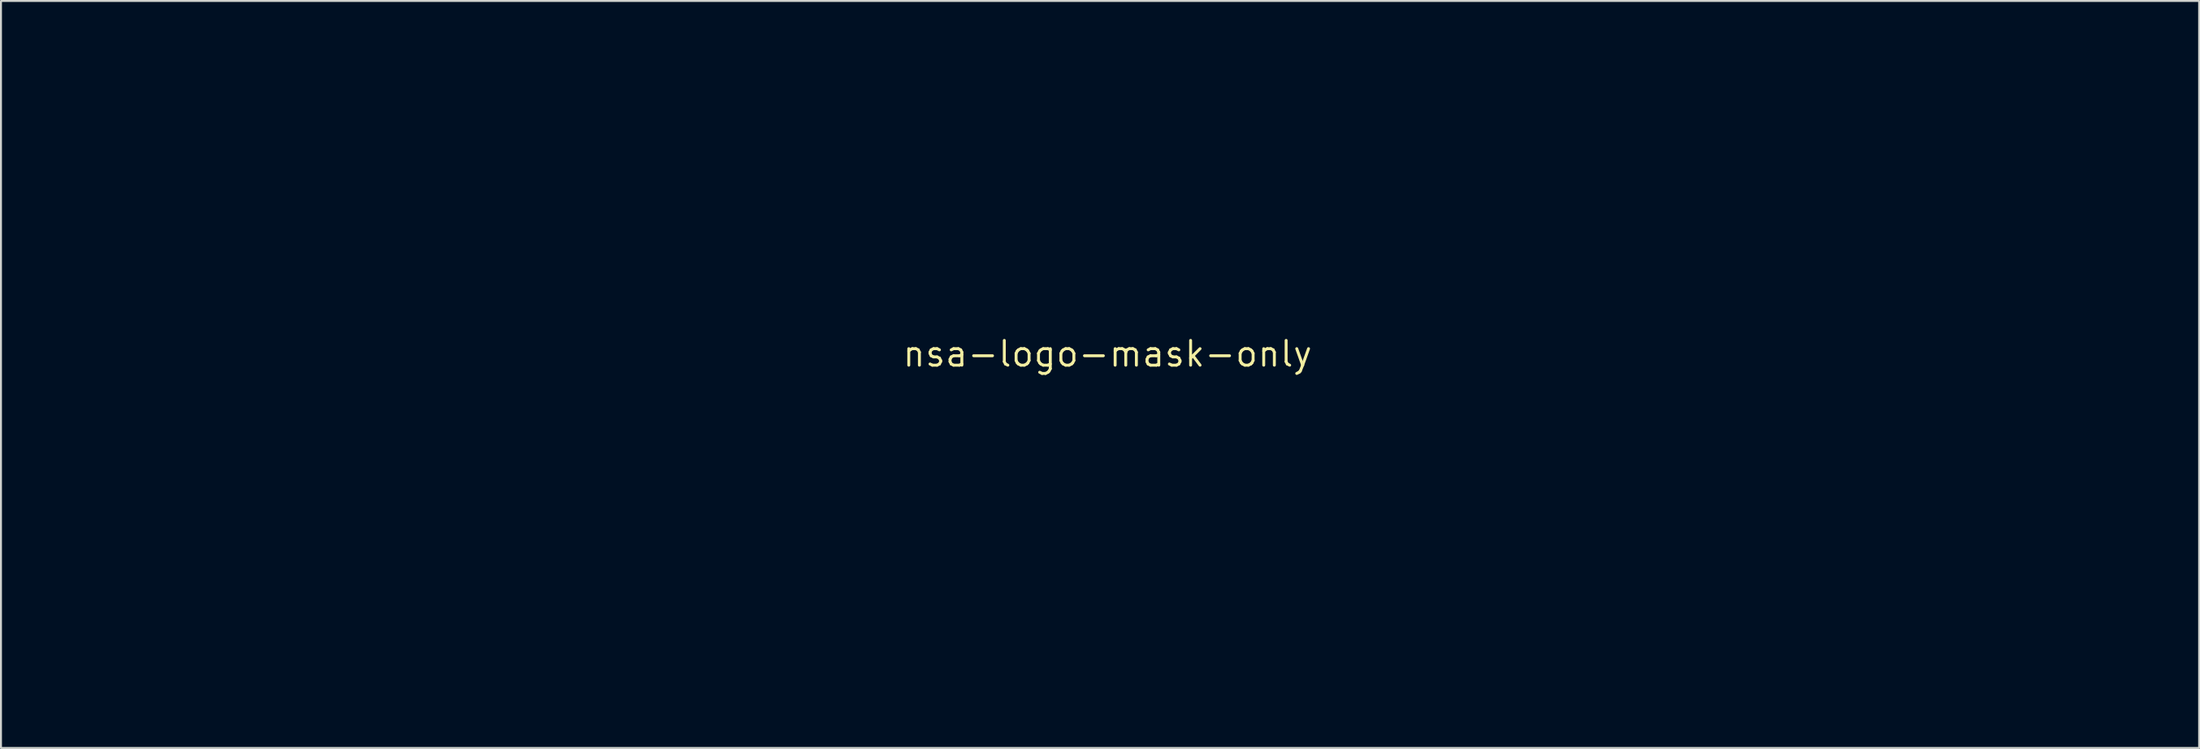
<source format=kicad_pcb>
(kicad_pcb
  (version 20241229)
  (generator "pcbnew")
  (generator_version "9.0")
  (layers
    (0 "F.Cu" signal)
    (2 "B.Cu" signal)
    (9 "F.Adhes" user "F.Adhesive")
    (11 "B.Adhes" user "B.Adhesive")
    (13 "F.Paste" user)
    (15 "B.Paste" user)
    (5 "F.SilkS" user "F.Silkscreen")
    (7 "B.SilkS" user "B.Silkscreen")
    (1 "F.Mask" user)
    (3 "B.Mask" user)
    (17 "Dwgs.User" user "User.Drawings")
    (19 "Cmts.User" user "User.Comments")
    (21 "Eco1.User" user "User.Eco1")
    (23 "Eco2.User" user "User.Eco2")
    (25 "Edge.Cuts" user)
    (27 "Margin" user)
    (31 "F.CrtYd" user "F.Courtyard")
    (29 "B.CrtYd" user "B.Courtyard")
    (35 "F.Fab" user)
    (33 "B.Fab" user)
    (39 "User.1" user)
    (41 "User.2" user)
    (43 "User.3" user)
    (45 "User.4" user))
  (footprint "nsa-logo-mask-only"
    (layer "F.Cu")
    (at 53.747 15.099)
    (property "Reference" "nsa-logo-mask-only" (at 0 0 0) (layer "F.SilkS") (effects (font (size 1.27 1.27) (thickness 0.15))))
    (attr through_hole)
    (fp_poly (pts (xy -1.521 2.818) (xy -1.476 2.831) (xy -1.442 2.863) (xy -1.406 2.922) (xy -1.389 2.953) (xy -1.347 3.068) (xy -1.332 3.192) (xy -1.347 3.309) (xy -1.356 3.338) (xy -1.406 3.423) (xy -1.488 3.506) (xy -1.591 3.582) (xy -1.706 3.645) (xy -1.824 3.691) (xy -1.937 3.715) (xy -2.034 3.712) (xy -2.054 3.706) (xy -2.131 3.675) (xy -2.185 3.634) (xy -2.232 3.57) (xy -2.254 3.531) (xy -2.288 3.455) (xy -2.309 3.378) (xy -2.321 3.282) (xy -2.323 3.244) (xy -2.326 3.133) (xy -2.319 3.063) (xy -2.309 3.039) (xy -2.265 3.006) (xy -2.188 2.969) (xy -2.088 2.93) (xy -1.974 2.893) (xy -1.856 2.86) (xy -1.742 2.835) (xy -1.642 2.819) (xy -1.587 2.816) (xy -1.521 2.818)) (stroke (width 0.01) (type solid)) (fill yes) (layer "F.Mask"))
    (fp_poly (pts (xy 1.822 -0.703) (xy 1.889 -0.686) (xy 1.972 -0.665) (xy 2.05 -0.648) (xy 2.095 -0.64) (xy 2.173 -0.611) (xy 2.238 -0.555) (xy 2.278 -0.483) (xy 2.286 -0.435) (xy 2.278 -0.371) (xy 2.255 -0.286) (xy 2.222 -0.187) (xy 2.18 -0.081) (xy 2.135 0.023) (xy 2.089 0.119) (xy 2.045 0.197) (xy 2.006 0.252) (xy 1.977 0.275) (xy 1.975 0.275) (xy 1.934 0.292) (xy 1.91 0.318) (xy 1.867 0.35) (xy 1.804 0.359) (xy 1.735 0.345) (xy 1.691 0.321) (xy 1.635 0.287) (xy 1.587 0.269) (xy 1.541 0.247) (xy 1.482 0.206) (xy 1.453 0.181) (xy 1.406 0.135) (xy 1.383 0.098) (xy 1.378 0.051) (xy 1.382 -0.005) (xy 1.396 -0.1) (xy 1.424 -0.214) (xy 1.46 -0.336) (xy 1.5 -0.453) (xy 1.542 -0.552) (xy 1.581 -0.621) (xy 1.627 -0.677) (xy 1.676 -0.707) (xy 1.737 -0.716) (xy 1.822 -0.703)) (stroke (width 0.01) (type solid)) (fill yes) (layer "F.Mask"))
    (fp_poly (pts (xy -1.853 0.788) (xy -1.707 0.818) (xy -1.549 0.869) (xy -1.456 0.908) (xy -1.354 0.967) (xy -1.267 1.04) (xy -1.202 1.119) (xy -1.168 1.197) (xy -1.164 1.228) (xy -1.173 1.283) (xy -1.196 1.354) (xy -1.228 1.426) (xy -1.261 1.488) (xy -1.292 1.526) (xy -1.3 1.531) (xy -1.329 1.558) (xy -1.333 1.575) (xy -1.349 1.608) (xy -1.386 1.647) (xy -1.389 1.649) (xy -1.436 1.678) (xy -1.487 1.692) (xy -1.55 1.689) (xy -1.629 1.669) (xy -1.73 1.63) (xy -1.859 1.571) (xy -1.937 1.533) (xy -2.081 1.46) (xy -2.189 1.399) (xy -2.265 1.348) (xy -2.31 1.304) (xy -2.328 1.262) (xy -2.323 1.219) (xy -2.297 1.173) (xy -2.286 1.158) (xy -2.256 1.112) (xy -2.244 1.077) (xy -2.244 1.076) (xy -2.232 1.028) (xy -2.202 0.964) (xy -2.162 0.896) (xy -2.12 0.839) (xy -2.084 0.805) (xy -2.079 0.802) (xy -1.979 0.783) (xy -1.853 0.788)) (stroke (width 0.01) (type solid)) (fill yes) (layer "F.Mask"))
    (fp_poly (pts (xy 1.755 4.323) (xy 1.798 4.342) (xy 1.846 4.384) (xy 1.875 4.414) (xy 1.936 4.49) (xy 1.995 4.579) (xy 2.024 4.631) (xy 2.051 4.691) (xy 2.069 4.748) (xy 2.081 4.812) (xy 2.088 4.897) (xy 2.091 4.986) (xy 2.099 5.221) (xy 1.937 5.303) (xy 1.83 5.349) (xy 1.724 5.381) (xy 1.626 5.397) (xy 1.546 5.397) (xy 1.493 5.379) (xy 1.487 5.374) (xy 1.464 5.336) (xy 1.46 5.319) (xy 1.453 5.291) (xy 1.431 5.231) (xy 1.399 5.147) (xy 1.358 5.046) (xy 1.332 4.982) (xy 1.283 4.866) (xy 1.25 4.782) (xy 1.229 4.721) (xy 1.222 4.676) (xy 1.226 4.638) (xy 1.241 4.6) (xy 1.265 4.553) (xy 1.28 4.526) (xy 1.314 4.494) (xy 1.339 4.487) (xy 1.37 4.47) (xy 1.376 4.45) (xy 1.395 4.421) (xy 1.445 4.39) (xy 1.514 4.359) (xy 1.593 4.335) (xy 1.669 4.32) (xy 1.703 4.318) (xy 1.755 4.323)) (stroke (width 0.01) (type solid)) (fill yes) (layer "F.Mask"))
    (fp_poly (pts (xy 3.46 0.892) (xy 3.495 0.905) (xy 3.509 0.911) (xy 3.587 0.957) (xy 3.648 1.018) (xy 3.699 1.105) (xy 3.735 1.192) (xy 3.774 1.323) (xy 3.787 1.437) (xy 3.772 1.527) (xy 3.771 1.529) (xy 3.746 1.553) (xy 3.69 1.589) (xy 3.611 1.634) (xy 3.517 1.683) (xy 3.415 1.733) (xy 3.313 1.779) (xy 3.221 1.819) (xy 3.144 1.848) (xy 3.092 1.862) (xy 3.083 1.863) (xy 3.017 1.851) (xy 2.953 1.823) (xy 2.856 1.745) (xy 2.799 1.653) (xy 2.785 1.603) (xy 2.767 1.547) (xy 2.742 1.524) (xy 2.74 1.524) (xy 2.718 1.506) (xy 2.708 1.461) (xy 2.708 1.401) (xy 2.72 1.341) (xy 2.741 1.293) (xy 2.752 1.281) (xy 2.783 1.243) (xy 2.794 1.217) (xy 2.809 1.192) (xy 2.85 1.15) (xy 2.907 1.101) (xy 2.911 1.099) (xy 2.999 1.037) (xy 3.101 0.987) (xy 3.229 0.94) (xy 3.321 0.911) (xy 3.384 0.894) (xy 3.426 0.888) (xy 3.46 0.892)) (stroke (width 0.01) (type solid)) (fill yes) (layer "F.Mask"))
    (fp_poly (pts (xy -0.216 4.269) (xy -0.201 4.276) (xy -0.139 4.302) (xy -0.084 4.317) (xy -0.072 4.318) (xy -0.039 4.329) (xy -0.009 4.367) (xy 0.019 4.424) (xy 0.049 4.494) (xy 0.067 4.551) (xy 0.074 4.603) (xy 0.067 4.658) (xy 0.045 4.725) (xy 0.007 4.81) (xy -0.048 4.924) (xy -0.062 4.954) (xy -0.127 5.082) (xy -0.183 5.183) (xy -0.227 5.251) (xy -0.258 5.285) (xy -0.26 5.286) (xy -0.313 5.304) (xy -0.382 5.312) (xy -0.456 5.312) (xy -0.519 5.304) (xy -0.558 5.287) (xy -0.565 5.279) (xy -0.591 5.25) (xy -0.641 5.217) (xy -0.665 5.205) (xy -0.765 5.155) (xy -0.832 5.109) (xy -0.874 5.06) (xy -0.898 5.003) (xy -0.899 4.998) (xy -0.897 4.947) (xy -0.872 4.919) (xy -0.846 4.885) (xy -0.814 4.817) (xy -0.778 4.724) (xy -0.764 4.68) (xy -0.722 4.559) (xy -0.683 4.469) (xy -0.639 4.401) (xy -0.586 4.344) (xy -0.523 4.295) (xy -0.425 4.245) (xy -0.324 4.236) (xy -0.216 4.269)) (stroke (width 0.01) (type solid)) (fill yes) (layer "F.Mask"))
    (fp_poly (pts (xy 8.35 4.856) (xy 8.468 4.881) (xy 8.554 4.904) (xy 8.641 4.923) (xy 8.678 4.929) (xy 8.749 4.947) (xy 8.789 4.978) (xy 8.796 4.99) (xy 8.83 5.045) (xy 8.855 5.077) (xy 8.868 5.095) (xy 8.877 5.122) (xy 8.883 5.164) (xy 8.886 5.227) (xy 8.887 5.316) (xy 8.886 5.439) (xy 8.885 5.526) (xy 8.879 5.936) (xy 8.752 6.015) (xy 8.625 6.093) (xy 8.382 6.092) (xy 8.181 6.084) (xy 8.019 6.06) (xy 7.99 6.053) (xy 7.905 6.033) (xy 7.826 6.019) (xy 7.772 6.013) (xy 7.693 6) (xy 7.616 5.961) (xy 7.532 5.892) (xy 7.497 5.858) (xy 7.444 5.799) (xy 7.414 5.746) (xy 7.395 5.681) (xy 7.387 5.628) (xy 7.379 5.508) (xy 7.384 5.385) (xy 7.403 5.272) (xy 7.433 5.184) (xy 7.441 5.168) (xy 7.51 5.092) (xy 7.61 5.042) (xy 7.673 5.026) (xy 7.745 5.006) (xy 7.826 4.976) (xy 7.853 4.963) (xy 8.029 4.89) (xy 8.193 4.855) (xy 8.35 4.856)) (stroke (width 0.01) (type solid)) (fill yes) (layer "F.Mask"))
    (fp_poly (pts (xy -0.169 -0.706) (xy -0.123 -0.677) (xy -0.112 -0.655) (xy -0.083 -0.62) (xy -0.054 -0.614) (xy -0.011 -0.6) (xy 0.037 -0.565) (xy 0.074 -0.524) (xy 0.085 -0.496) (xy 0.092 -0.469) (xy 0.113 -0.413) (xy 0.143 -0.335) (xy 0.169 -0.27) (xy 0.214 -0.157) (xy 0.24 -0.074) (xy 0.25 -0.014) (xy 0.244 0.033) (xy 0.224 0.074) (xy 0.212 0.09) (xy 0.182 0.133) (xy 0.169 0.162) (xy 0.169 0.162) (xy 0.166 0.174) (xy 0.15 0.188) (xy 0.117 0.208) (xy 0.058 0.238) (xy -0.032 0.282) (xy -0.034 0.283) (xy -0.159 0.329) (xy -0.286 0.354) (xy -0.287 0.354) (xy -0.416 0.365) (xy -0.483 0.274) (xy -0.521 0.218) (xy -0.545 0.173) (xy -0.55 0.157) (xy -0.558 0.128) (xy -0.578 0.069) (xy -0.607 -0.013) (xy -0.643 -0.109) (xy -0.647 -0.118) (xy -0.691 -0.239) (xy -0.719 -0.328) (xy -0.731 -0.39) (xy -0.729 -0.427) (xy -0.692 -0.502) (xy -0.614 -0.572) (xy -0.497 -0.637) (xy -0.344 -0.695) (xy -0.316 -0.704) (xy -0.237 -0.716) (xy -0.169 -0.706)) (stroke (width 0.01) (type solid)) (fill yes) (layer "F.Mask"))
    (fp_poly (pts (xy 3.075 2.935) (xy 3.129 2.97) (xy 3.16 2.987) (xy 3.222 3.015) (xy 3.304 3.05) (xy 3.384 3.082) (xy 3.482 3.12) (xy 3.549 3.149) (xy 3.592 3.175) (xy 3.62 3.202) (xy 3.642 3.236) (xy 3.651 3.255) (xy 3.687 3.313) (xy 3.722 3.342) (xy 3.731 3.344) (xy 3.76 3.362) (xy 3.766 3.416) (xy 3.751 3.504) (xy 3.724 3.594) (xy 3.663 3.719) (xy 3.579 3.811) (xy 3.472 3.867) (xy 3.456 3.872) (xy 3.391 3.889) (xy 3.348 3.891) (xy 3.311 3.878) (xy 3.27 3.852) (xy 3.207 3.823) (xy 3.142 3.81) (xy 3.141 3.81) (xy 3.078 3.797) (xy 3.017 3.764) (xy 3.014 3.762) (xy 2.927 3.709) (xy 2.816 3.663) (xy 2.762 3.647) (xy 2.718 3.619) (xy 2.674 3.563) (xy 2.639 3.496) (xy 2.625 3.433) (xy 2.625 3.429) (xy 2.641 3.369) (xy 2.688 3.291) (xy 2.709 3.262) (xy 2.753 3.201) (xy 2.784 3.149) (xy 2.794 3.121) (xy 2.809 3.055) (xy 2.847 2.987) (xy 2.896 2.936) (xy 2.919 2.922) (xy 2.994 2.912) (xy 3.075 2.935)) (stroke (width 0.01) (type solid)) (fill yes) (layer "F.Mask"))
    (fp_poly (pts (xy 0.89 0.452) (xy 0.979 0.464) (xy 1.265 0.54) (xy 1.54 0.656) (xy 1.549 0.66) (xy 1.695 0.741) (xy 1.819 0.823) (xy 1.937 0.917) (xy 2.063 1.035) (xy 2.071 1.042) (xy 2.261 1.257) (xy 2.411 1.486) (xy 2.522 1.727) (xy 2.593 1.979) (xy 2.623 2.24) (xy 2.612 2.509) (xy 2.584 2.678) (xy 2.507 2.947) (xy 2.395 3.197) (xy 2.25 3.424) (xy 2.075 3.626) (xy 1.873 3.799) (xy 1.647 3.942) (xy 1.399 4.051) (xy 1.163 4.117) (xy 1.059 4.132) (xy 0.927 4.142) (xy 0.777 4.146) (xy 0.623 4.146) (xy 0.476 4.139) (xy 0.35 4.128) (xy 0.275 4.116) (xy 0.007 4.039) (xy -0.237 3.928) (xy -0.455 3.786) (xy -0.645 3.612) (xy -0.806 3.409) (xy -0.922 3.207) (xy -1.002 3.019) (xy -1.055 2.836) (xy -1.086 2.638) (xy -1.092 2.572) (xy -1.096 2.449) (xy -1.091 2.303) (xy -1.08 2.147) (xy -1.064 1.996) (xy -1.043 1.864) (xy -1.027 1.79) (xy -0.935 1.524) (xy -0.81 1.28) (xy -0.652 1.061) (xy -0.465 0.87) (xy -0.251 0.709) (xy -0.012 0.581) (xy 0.18 0.508) (xy 0.295 0.481) (xy 0.437 0.461) (xy 0.593 0.449) (xy 0.749 0.446) (xy 0.89 0.452)) (stroke (width 0.01) (type solid)) (fill yes) (layer "F.Mask"))
    (fp_poly (pts (xy -5.856 -6.538) (xy -5.683 -6.535) (xy -5.537 -6.527) (xy -5.416 -6.515) (xy -5.315 -6.496) (xy -5.228 -6.47) (xy -5.152 -6.435) (xy -5.081 -6.391) (xy -5.011 -6.336) (xy -4.938 -6.269) (xy -4.859 -6.19) (xy -4.746 -6.072) (xy -4.663 -5.97) (xy -4.603 -5.875) (xy -4.562 -5.778) (xy -4.533 -5.67) (xy -4.53 -5.652) (xy -4.525 -5.607) (xy -4.521 -5.522) (xy -4.518 -5.401) (xy -4.515 -5.246) (xy -4.512 -5.061) (xy -4.51 -4.848) (xy -4.509 -4.61) (xy -4.509 -4.35) (xy -4.508 -4.296) (xy -4.508 -3.052) (xy -4.661 -2.9) (xy -5.902 -2.902) (xy -6.186 -2.902) (xy -6.429 -2.903) (xy -6.636 -2.905) (xy -6.809 -2.907) (xy -6.951 -2.91) (xy -7.064 -2.914) (xy -7.152 -2.918) (xy -7.217 -2.923) (xy -7.262 -2.929) (xy -7.271 -2.931) (xy -7.46 -2.992) (xy -7.638 -3.088) (xy -7.796 -3.213) (xy -7.927 -3.361) (xy -8.012 -3.501) (xy -8.047 -3.575) (xy -8.076 -3.646) (xy -8.099 -3.719) (xy -8.117 -3.797) (xy -8.13 -3.888) (xy -8.139 -3.995) (xy -8.144 -4.125) (xy -8.147 -4.281) (xy -8.147 -4.469) (xy -8.145 -4.689) (xy -8.139 -5.409) (xy -8.069 -5.551) (xy -7.978 -5.694) (xy -7.865 -5.803) (xy -7.732 -5.875) (xy -7.728 -5.877) (xy -7.629 -5.923) (xy -7.564 -5.977) (xy -7.536 -6.034) (xy -7.535 -6.044) (xy -7.523 -6.088) (xy -7.489 -6.153) (xy -7.442 -6.23) (xy -7.388 -6.306) (xy -7.333 -6.372) (xy -7.309 -6.397) (xy -7.273 -6.429) (xy -7.237 -6.456) (xy -7.197 -6.478) (xy -7.148 -6.494) (xy -7.085 -6.507) (xy -7.005 -6.517) (xy -6.902 -6.524) (xy -6.772 -6.529) (xy -6.611 -6.532) (xy -6.414 -6.535) (xy -6.308 -6.536) (xy -6.063 -6.538) (xy -5.856 -6.538)) (stroke (width 0.01) (type solid)) (fill yes) (layer "F.Mask"))
    (fp_poly (pts (xy 0.746 -6.537) (xy 0.777 -6.537) (xy 1.513 -6.53) (xy 1.656 -6.449) (xy 1.773 -6.373) (xy 1.853 -6.299) (xy 1.9 -6.221) (xy 1.915 -6.164) (xy 1.931 -6.076) (xy 1.952 -6.017) (xy 1.987 -5.976) (xy 2.044 -5.939) (xy 2.096 -5.914) (xy 2.27 -5.808) (xy 2.415 -5.672) (xy 2.53 -5.509) (xy 2.546 -5.479) (xy 2.625 -5.323) (xy 2.625 -4.601) (xy 2.625 -4.404) (xy 2.624 -4.246) (xy 2.623 -4.119) (xy 2.62 -4.019) (xy 2.617 -3.941) (xy 2.612 -3.88) (xy 2.605 -3.831) (xy 2.596 -3.788) (xy 2.584 -3.747) (xy 2.58 -3.733) (xy 2.499 -3.537) (xy 2.383 -3.359) (xy 2.238 -3.203) (xy 2.069 -3.075) (xy 1.882 -2.98) (xy 1.731 -2.932) (xy 1.695 -2.925) (xy 1.649 -2.919) (xy 1.589 -2.914) (xy 1.512 -2.91) (xy 1.414 -2.907) (xy 1.292 -2.905) (xy 1.143 -2.903) (xy 0.963 -2.902) (xy 0.749 -2.902) (xy 0.498 -2.901) (xy 0.37 -2.901) (xy 0.119 -2.902) (xy -0.112 -2.903) (xy -0.319 -2.905) (xy -0.499 -2.907) (xy -0.65 -2.91) (xy -0.768 -2.913) (xy -0.85 -2.917) (xy -0.894 -2.921) (xy -0.9 -2.923) (xy -0.986 -2.968) (xy -1.041 -3.011) (xy -1.071 -3.058) (xy -1.083 -3.103) (xy -1.087 -3.146) (xy -1.09 -3.226) (xy -1.093 -3.339) (xy -1.095 -3.479) (xy -1.097 -3.642) (xy -1.098 -3.823) (xy -1.099 -4.016) (xy -1.099 -4.217) (xy -1.099 -4.42) (xy -1.098 -4.622) (xy -1.097 -4.816) (xy -1.095 -4.998) (xy -1.093 -5.163) (xy -1.09 -5.307) (xy -1.087 -5.423) (xy -1.084 -5.507) (xy -1.08 -5.555) (xy -1.08 -5.556) (xy -1.035 -5.718) (xy -0.955 -5.884) (xy -0.847 -6.044) (xy -0.716 -6.191) (xy -0.57 -6.318) (xy -0.413 -6.416) (xy -0.409 -6.418) (xy -0.343 -6.449) (xy -0.279 -6.475) (xy -0.212 -6.495) (xy -0.138 -6.511) (xy -0.05 -6.523) (xy 0.055 -6.531) (xy 0.182 -6.536) (xy 0.336 -6.539) (xy 0.523 -6.539) (xy 0.746 -6.537)) (stroke (width 0.01) (type solid)) (fill yes) (layer "F.Mask"))
    (fp_poly (pts (xy -6.208 0.533) (xy -5.935 0.534) (xy -5.876 0.534) (xy -5.611 0.535) (xy -5.385 0.536) (xy -5.195 0.538) (xy -5.038 0.539) (xy -4.91 0.541) (xy -4.808 0.543) (xy -4.729 0.546) (xy -4.67 0.55) (xy -4.626 0.554) (xy -4.596 0.559) (xy -4.576 0.566) (xy -4.562 0.573) (xy -4.553 0.58) (xy -4.544 0.589) (xy -4.536 0.6) (xy -4.529 0.617) (xy -4.524 0.642) (xy -4.519 0.679) (xy -4.516 0.732) (xy -4.513 0.803) (xy -4.511 0.896) (xy -4.51 1.014) (xy -4.509 1.16) (xy -4.509 1.338) (xy -4.509 1.551) (xy -4.509 1.802) (xy -4.509 1.871) (xy -4.509 2.151) (xy -4.51 2.392) (xy -4.511 2.597) (xy -4.513 2.772) (xy -4.516 2.918) (xy -4.521 3.039) (xy -4.527 3.14) (xy -4.536 3.223) (xy -4.546 3.292) (xy -4.559 3.352) (xy -4.575 3.404) (xy -4.594 3.454) (xy -4.616 3.504) (xy -4.633 3.54) (xy -4.743 3.723) (xy -4.882 3.88) (xy -5.045 4.006) (xy -5.191 4.082) (xy -5.323 4.138) (xy -6.212 4.143) (xy -6.431 4.145) (xy -6.611 4.145) (xy -6.757 4.145) (xy -6.873 4.144) (xy -6.964 4.143) (xy -7.033 4.14) (xy -7.085 4.135) (xy -7.123 4.13) (xy -7.153 4.122) (xy -7.177 4.114) (xy -7.19 4.108) (xy -7.262 4.06) (xy -7.342 3.981) (xy -7.423 3.882) (xy -7.496 3.77) (xy -7.526 3.715) (xy -7.569 3.634) (xy -7.605 3.58) (xy -7.646 3.543) (xy -7.7 3.511) (xy -7.748 3.489) (xy -7.89 3.408) (xy -7.998 3.306) (xy -8.08 3.179) (xy -8.08 3.179) (xy -8.139 3.059) (xy -8.145 2.248) (xy -8.146 2.033) (xy -8.147 1.856) (xy -8.146 1.712) (xy -8.145 1.598) (xy -8.142 1.507) (xy -8.137 1.436) (xy -8.132 1.38) (xy -8.124 1.335) (xy -8.118 1.306) (xy -8.05 1.126) (xy -7.945 0.963) (xy -7.805 0.819) (xy -7.631 0.698) (xy -7.583 0.671) (xy -7.529 0.643) (xy -7.479 0.619) (xy -7.43 0.598) (xy -7.379 0.581) (xy -7.321 0.567) (xy -7.253 0.556) (xy -7.172 0.547) (xy -7.074 0.541) (xy -6.956 0.536) (xy -6.814 0.534) (xy -6.644 0.532) (xy -6.443 0.532) (xy -6.208 0.533)) (stroke (width 0.01) (type solid)) (fill yes) (layer "F.Mask"))
    (fp_poly (pts (xy 3.554 -8.681) (xy 3.674 -8.645) (xy 3.81 -8.594) (xy 3.94 -8.537) (xy 3.966 -8.524) (xy 4.064 -8.473) (xy 4.143 -8.425) (xy 4.215 -8.371) (xy 4.292 -8.303) (xy 4.383 -8.214) (xy 4.537 -8.044) (xy 4.656 -7.873) (xy 4.746 -7.693) (xy 4.794 -7.556) (xy 4.824 -7.467) (xy 4.86 -7.372) (xy 4.876 -7.334) (xy 4.921 -7.228) (xy 4.921 5.175) (xy 4.873 5.34) (xy 4.78 5.59) (xy 4.653 5.82) (xy 4.496 6.029) (xy 4.312 6.212) (xy 4.105 6.366) (xy 3.879 6.487) (xy 3.637 6.572) (xy 3.552 6.592) (xy 3.532 6.595) (xy 3.508 6.598) (xy 3.476 6.601) (xy 3.435 6.604) (xy 3.384 6.606) (xy 3.322 6.608) (xy 3.247 6.61) (xy 3.158 6.612) (xy 3.052 6.614) (xy 2.93 6.616) (xy 2.788 6.617) (xy 2.627 6.618) (xy 2.444 6.619) (xy 2.237 6.62) (xy 2.006 6.621) (xy 1.75 6.622) (xy 1.465 6.622) (xy 1.152 6.623) (xy 0.809 6.623) (xy 0.433 6.623) (xy 0.025 6.623) (xy -0.419 6.623) (xy -0.898 6.623) (xy -1.415 6.623) (xy -1.971 6.623) (xy -2.568 6.623) (xy -2.735 6.623) (xy -3.242 6.623) (xy -3.739 6.622) (xy -4.224 6.622) (xy -4.695 6.621) (xy -5.15 6.62) (xy -5.588 6.62) (xy -6.007 6.619) (xy -6.406 6.618) (xy -6.781 6.617) (xy -7.133 6.616) (xy -7.459 6.614) (xy -7.758 6.613) (xy -8.027 6.612) (xy -8.266 6.611) (xy -8.472 6.609) (xy -8.643 6.608) (xy -8.779 6.606) (xy -8.877 6.605) (xy -8.935 6.603) (xy -8.952 6.602) (xy -9.202 6.532) (xy -9.437 6.424) (xy -9.653 6.282) (xy -9.847 6.108) (xy -10.016 5.905) (xy -10.157 5.676) (xy -10.267 5.424) (xy -10.29 5.354) (xy -10.34 5.196) (xy -10.34 1.753) (xy -9.543 1.753) (xy -9.542 2.003) (xy -9.54 2.28) (xy -9.54 2.325) (xy -9.538 2.585) (xy -9.535 2.806) (xy -9.532 2.993) (xy -9.529 3.15) (xy -9.524 3.28) (xy -9.518 3.388) (xy -9.511 3.478) (xy -9.501 3.553) (xy -9.489 3.618) (xy -9.474 3.676) (xy -9.456 3.732) (xy -9.435 3.79) (xy -9.419 3.833) (xy -9.351 3.954) (xy -9.249 4.073) (xy -9.117 4.183) (xy -8.963 4.279) (xy -8.795 4.355) (xy -8.74 4.375) (xy -8.652 4.406) (xy -8.573 4.438) (xy -8.517 4.466) (xy -8.506 4.473) (xy -8.439 4.545) (xy -8.39 4.646) (xy -8.372 4.722) (xy -8.357 4.775) (xy -8.329 4.853) (xy -8.291 4.94) (xy -8.276 4.973) (xy -8.163 5.16) (xy -8.02 5.317) (xy -7.848 5.444) (xy -7.647 5.541) (xy -7.487 5.59) (xy -7.451 5.599) (xy -7.412 5.605) (xy -7.367 5.611) (xy -7.312 5.616) (xy -7.242 5.619) (xy -7.155 5.622) (xy -7.047 5.624) (xy -6.914 5.625) (xy -6.751 5.625) (xy -6.557 5.625) (xy -6.326 5.624) (xy -6.16 5.623) (xy -4.985 5.618) (xy -4.782 5.563) (xy -4.496 5.47) (xy -4.241 5.355) (xy -4.008 5.214) (xy -3.79 5.041) (xy -3.723 4.98) (xy -3.534 4.777) (xy -3.376 4.56) (xy -3.247 4.322) (xy -3.142 4.057) (xy -3.094 3.896) (xy -3.038 3.694) (xy -3.032 1.463) (xy -3.025 -0.768) (xy -3.072 -0.818) (xy -3.119 -0.868) (xy -2.477 -0.868) (xy -2.476 1.36) (xy -2.476 1.733) (xy -2.476 2.065) (xy -2.476 2.361) (xy -2.475 2.623) (xy -2.474 2.852) (xy -2.472 3.052) (xy -2.47 3.225) (xy -2.466 3.375) (xy -2.462 3.503) (xy -2.457 3.612) (xy -2.451 3.705) (xy -2.444 3.784) (xy -2.435 3.852) (xy -2.425 3.912) (xy -2.413 3.966) (xy -2.399 4.017) (xy -2.384 4.067) (xy -2.367 4.119) (xy -2.359 4.143) (xy -2.27 4.371) (xy -2.162 4.573) (xy -2.029 4.759) (xy -1.863 4.94) (xy -1.822 4.98) (xy -1.612 5.163) (xy -1.404 5.31) (xy -1.191 5.426) (xy -0.966 5.514) (xy -0.921 5.528) (xy -0.85 5.549) (xy -0.783 5.566) (xy -0.717 5.581) (xy -0.648 5.593) (xy -0.571 5.603) (xy -0.483 5.611) (xy -0.379 5.617) (xy -0.254 5.621) (xy -0.106 5.624) (xy 0.07 5.626) (xy 0.279 5.627) (xy 0.524 5.628) (xy 0.646 5.628) (xy 0.902 5.629) (xy 1.118 5.628) (xy 1.3 5.628) (xy 1.45 5.626) (xy 1.572 5.624) (xy 1.669 5.621) (xy 1.746 5.618) (xy 1.806 5.613) (xy 1.852 5.607) (xy 1.888 5.6) (xy 1.895 5.598) (xy 2.102 5.526) (xy 2.283 5.422) (xy 2.434 5.294) (xy 2.555 5.149) (xy 2.663 4.979) (xy 2.748 4.798) (xy 2.781 4.701) (xy 2.818 4.596) (xy 2.857 4.525) (xy 2.895 4.49) (xy 2.908 4.487) (xy 2.945 4.472) (xy 2.962 4.457) (xy 2.994 4.435) (xy 3.054 4.408) (xy 3.129 4.38) (xy 3.129 4.38) (xy 3.341 4.293) (xy 3.53 4.178) (xy 3.694 4.038) (xy 3.829 3.878) (xy 3.929 3.702) (xy 3.993 3.514) (xy 4 3.482) (xy 4.006 3.434) (xy 4.01 3.356) (xy 4.014 3.245) (xy 4.017 3.099) (xy 4.018 2.919) (xy 4.019 2.701) (xy 4.019 2.444) (xy 4.018 2.146) (xy 4.017 2.106) (xy 4.01 0.857) (xy 3.955 0.709) (xy 3.827 0.408) (xy 3.679 0.143) (xy 3.507 -0.089) (xy 3.311 -0.288) (xy 3.089 -0.457) (xy 2.839 -0.596) (xy 2.559 -0.707) (xy 2.247 -0.791) (xy 2 -0.836) (xy 1.959 -0.841) (xy 1.91 -0.846) (xy 1.849 -0.85) (xy 1.775 -0.854) (xy 1.684 -0.857) (xy 1.575 -0.859) (xy 1.445 -0.862) (xy 1.29 -0.863) (xy 1.109 -0.865) (xy 0.899 -0.866) (xy 0.658 -0.867) (xy 0.382 -0.867) (xy 0.07 -0.868) (xy -0.282 -0.868) (xy -0.344 -0.868) (xy -2.477 -0.868) (xy -3.119 -0.868) (xy -5.139 -0.868) (xy -5.491 -0.868) (xy -5.803 -0.868) (xy -6.078 -0.867) (xy -6.321 -0.867) (xy -6.533 -0.865) (xy -6.718 -0.863) (xy -6.879 -0.86) (xy -7.018 -0.856) (xy -7.139 -0.851) (xy -7.246 -0.845) (xy -7.34 -0.837) (xy -7.425 -0.827) (xy -7.503 -0.815) (xy -7.579 -0.802) (xy -7.655 -0.786) (xy -7.733 -0.768) (xy -7.818 -0.747) (xy -7.911 -0.724) (xy -7.925 -0.721) (xy -8.18 -0.649) (xy -8.401 -0.567) (xy -8.595 -0.471) (xy -8.769 -0.358) (xy -8.93 -0.222) (xy -9.009 -0.145) (xy -9.188 0.067) (xy -9.329 0.293) (xy -9.432 0.537) (xy -9.501 0.802) (xy -9.527 0.989) (xy -9.533 1.068) (xy -9.537 1.186) (xy -9.54 1.342) (xy -9.542 1.531) (xy -9.543 1.753) (xy -10.34 1.753) (xy -10.34 -4.54) (xy -9.536 -4.54) (xy -9.536 -4.262) (xy -9.535 -4.022) (xy -9.534 -3.818) (xy -9.532 -3.645) (xy -9.53 -3.5) (xy -9.525 -3.38) (xy -9.519 -3.281) (xy -9.511 -3.199) (xy -9.501 -3.13) (xy -9.488 -3.072) (xy -9.473 -3.02) (xy -9.454 -2.972) (xy -9.433 -2.922) (xy -9.407 -2.869) (xy -9.407 -2.868) (xy -9.334 -2.734) (xy -9.239 -2.584) (xy -9.131 -2.43) (xy -9.019 -2.285) (xy -8.912 -2.16) (xy -8.881 -2.129) (xy -8.666 -1.941) (xy -8.425 -1.785) (xy -8.16 -1.663) (xy -7.876 -1.575) (xy -7.599 -1.527) (xy -7.552 -1.524) (xy -7.468 -1.521) (xy -7.35 -1.518) (xy -7.202 -1.516) (xy -7.027 -1.514) (xy -6.828 -1.512) (xy -6.609 -1.51) (xy -6.374 -1.509) (xy -6.125 -1.508) (xy -5.865 -1.507) (xy -5.6 -1.506) (xy -5.33 -1.506) (xy -5.061 -1.506) (xy -4.796 -1.506) (xy -4.537 -1.506) (xy -4.289 -1.507) (xy -4.054 -1.508) (xy -3.836 -1.509) (xy -3.639 -1.511) (xy -3.465 -1.512) (xy -3.319 -1.514) (xy -3.203 -1.517) (xy -3.121 -1.519) (xy -3.076 -1.522) (xy -3.069 -1.524) (xy -3.064 -1.531) (xy -3.06 -1.546) (xy -3.056 -1.573) (xy -3.052 -1.613) (xy -3.049 -1.668) (xy -3.047 -1.741) (xy -3.044 -1.835) (xy -3.043 -1.951) (xy -3.041 -2.091) (xy -3.04 -2.259) (xy -3.039 -2.455) (xy -3.038 -2.684) (xy -3.038 -2.946) (xy -3.038 -3.244) (xy -3.037 -3.581) (xy -3.037 -3.846) (xy -3.037 -4.034) (xy -2.477 -4.034) (xy -2.477 -1.503) (xy -0.412 -1.503) (xy -0.039 -1.503) (xy 0.305 -1.504) (xy 0.619 -1.505) (xy 0.902 -1.507) (xy 1.153 -1.509) (xy 1.368 -1.511) (xy 1.548 -1.514) (xy 1.69 -1.517) (xy 1.793 -1.521) (xy 1.855 -1.525) (xy 1.858 -1.525) (xy 2.041 -1.549) (xy 2.225 -1.579) (xy 2.403 -1.616) (xy 2.567 -1.656) (xy 2.708 -1.697) (xy 2.818 -1.738) (xy 2.845 -1.751) (xy 3.111 -1.904) (xy 3.348 -2.08) (xy 3.553 -2.278) (xy 3.724 -2.493) (xy 3.857 -2.722) (xy 3.862 -2.732) (xy 3.89 -2.793) (xy 3.915 -2.847) (xy 3.936 -2.898) (xy 3.954 -2.948) (xy 3.969 -3.003) (xy 3.981 -3.065) (xy 3.99 -3.138) (xy 3.998 -3.225) (xy 4.003 -3.33) (xy 4.007 -3.457) (xy 4.01 -3.609) (xy 4.012 -3.79) (xy 4.014 -4.003) (xy 4.015 -4.251) (xy 4.017 -4.486) (xy 4.018 -4.758) (xy 4.019 -4.991) (xy 4.02 -5.189) (xy 4.02 -5.355) (xy 4.019 -5.491) (xy 4.018 -5.603) (xy 4.016 -5.693) (xy 4.013 -5.764) (xy 4.009 -5.82) (xy 4.004 -5.864) (xy 3.999 -5.9) (xy 3.992 -5.931) (xy 3.983 -5.96) (xy 3.981 -5.968) (xy 3.911 -6.141) (xy 3.81 -6.305) (xy 3.686 -6.453) (xy 3.543 -6.581) (xy 3.389 -6.681) (xy 3.23 -6.75) (xy 3.119 -6.775) (xy 2.986 -6.809) (xy 2.888 -6.865) (xy 2.824 -6.945) (xy 2.795 -7.046) (xy 2.794 -7.077) (xy 2.781 -7.148) (xy 2.746 -7.241) (xy 2.693 -7.347) (xy 2.629 -7.456) (xy 2.558 -7.557) (xy 2.501 -7.624) (xy 2.336 -7.776) (xy 2.154 -7.893) (xy 1.991 -7.963) (xy 1.959 -7.974) (xy 1.927 -7.983) (xy 1.891 -7.99) (xy 1.847 -7.996) (xy 1.792 -8.001) (xy 1.722 -8.005) (xy 1.633 -8.008) (xy 1.52 -8.01) (xy 1.381 -8.012) (xy 1.211 -8.014) (xy 1.006 -8.016) (xy 0.763 -8.017) (xy 0.762 -8.017) (xy 0.494 -8.019) (xy 0.249 -8.019) (xy 0.031 -8.018) (xy -0.158 -8.016) (xy -0.315 -8.013) (xy -0.436 -8.009) (xy -0.518 -8.004) (xy -0.532 -8.003) (xy -0.81 -7.952) (xy -1.092 -7.858) (xy -1.376 -7.723) (xy -1.66 -7.549) (xy -1.767 -7.472) (xy -1.85 -7.398) (xy -1.927 -7.313) (xy -1.983 -7.239) (xy -2.059 -7.128) (xy -2.141 -6.993) (xy -2.221 -6.846) (xy -2.293 -6.701) (xy -2.352 -6.569) (xy -2.381 -6.489) (xy -2.396 -6.443) (xy -2.409 -6.401) (xy -2.421 -6.359) (xy -2.431 -6.316) (xy -2.44 -6.267) (xy -2.447 -6.211) (xy -2.454 -6.145) (xy -2.459 -6.067) (xy -2.464 -5.973) (xy -2.467 -5.863) (xy -2.47 -5.731) (xy -2.472 -5.578) (xy -2.474 -5.399) (xy -2.475 -5.192) (xy -2.476 -4.954) (xy -2.476 -4.684) (xy -2.476 -4.378) (xy -2.477 -4.034) (xy -3.037 -4.034) (xy -3.037 -6.149) (xy -3.084 -6.324) (xy -3.179 -6.598) (xy -3.311 -6.861) (xy -3.477 -7.107) (xy -3.672 -7.332) (xy -3.893 -7.532) (xy -4.135 -7.703) (xy -4.394 -7.84) (xy -4.569 -7.908) (xy -4.682 -7.942) (xy -4.805 -7.973) (xy -4.919 -7.995) (xy -4.952 -8) (xy -5.018 -8.005) (xy -5.121 -8.01) (xy -5.255 -8.014) (xy -5.414 -8.017) (xy -5.593 -8.019) (xy -5.787 -8.021) (xy -5.99 -8.021) (xy -6.196 -8.021) (xy -6.399 -8.021) (xy -6.595 -8.019) (xy -6.777 -8.017) (xy -6.941 -8.014) (xy -7.079 -8.011) (xy -7.188 -8.006) (xy -7.26 -8.001) (xy -7.265 -8.001) (xy -7.471 -7.963) (xy -7.644 -7.902) (xy -7.774 -7.824) (xy -7.85 -7.77) (xy -7.933 -7.717) (xy -7.959 -7.701) (xy -8.03 -7.648) (xy -8.099 -7.58) (xy -8.12 -7.553) (xy -8.173 -7.471) (xy -8.23 -7.369) (xy -8.286 -7.26) (xy -8.335 -7.152) (xy -8.372 -7.059) (xy -8.392 -6.99) (xy -8.392 -6.988) (xy -8.411 -6.92) (xy -8.44 -6.888) (xy -8.448 -6.885) (xy -8.481 -6.864) (xy -8.488 -6.846) (xy -8.494 -6.821) (xy -8.519 -6.802) (xy -8.57 -6.788) (xy -8.655 -6.774) (xy -8.662 -6.773) (xy -8.835 -6.727) (xy -8.999 -6.644) (xy -9.15 -6.528) (xy -9.282 -6.382) (xy -9.392 -6.211) (xy -9.475 -6.019) (xy -9.498 -5.945) (xy -9.506 -5.914) (xy -9.513 -5.878) (xy -9.518 -5.835) (xy -9.523 -5.781) (xy -9.527 -5.713) (xy -9.53 -5.626) (xy -9.532 -5.518) (xy -9.533 -5.385) (xy -9.535 -5.224) (xy -9.535 -5.03) (xy -9.535 -4.801) (xy -9.536 -4.54) (xy -10.34 -4.54) (xy -10.34 -7.334) (xy -10.27 -7.535) (xy -10.161 -7.785) (xy -10.018 -8.014) (xy -9.845 -8.218) (xy -9.644 -8.394) (xy -9.419 -8.54) (xy -9.175 -8.65) (xy -9.038 -8.694) (xy -9.023 -8.697) (xy -9.005 -8.701) (xy -8.983 -8.704) (xy -8.954 -8.707) (xy -8.918 -8.71) (xy -8.874 -8.712) (xy -8.818 -8.715) (xy -8.752 -8.717) (xy -8.672 -8.719) (xy -8.577 -8.72) (xy -8.466 -8.722) (xy -8.337 -8.723) (xy -8.189 -8.725) (xy -8.021 -8.726) (xy -7.831 -8.727) (xy -7.617 -8.728) (xy -7.378 -8.728) (xy -7.113 -8.729) (xy -6.82 -8.73) (xy -6.497 -8.73) (xy -6.144 -8.73) (xy -5.758 -8.731) (xy -5.339 -8.731) (xy -4.884 -8.731) (xy -4.393 -8.731) (xy -3.863 -8.731) (xy -3.294 -8.731) (xy -2.773 -8.731) (xy 3.355 -8.731) (xy 3.554 -8.681)) (stroke (width 0.01) (type solid)) (fill yes) (layer "F.Mask"))
    (fp_poly (pts (xy 20.45 -13.987) (xy 21.331 -12.88) (xy 19.683 -5.493) (xy 19.534 -4.825) (xy 19.384 -4.152) (xy 19.233 -3.477) (xy 19.082 -2.8) (xy 18.931 -2.122) (xy 18.78 -1.445) (xy 18.63 -0.771) (xy 18.48 -0.1) (xy 18.332 0.566) (xy 18.185 1.226) (xy 18.039 1.878) (xy 17.896 2.522) (xy 17.755 3.155) (xy 17.617 3.777) (xy 17.481 4.385) (xy 17.349 4.98) (xy 17.22 5.559) (xy 17.095 6.122) (xy 16.974 6.666) (xy 16.857 7.19) (xy 16.745 7.694) (xy 16.638 8.176) (xy 16.536 8.634) (xy 16.44 9.068) (xy 16.349 9.475) (xy 16.265 9.855) (xy 16.187 10.206) (xy 16.116 10.527) (xy 16.051 10.816) (xy 15.995 11.073) (xy 15.945 11.295) (xy 15.904 11.483) (xy 15.871 11.633) (xy 15.846 11.745) (xy 15.83 11.818) (xy 15.826 11.837) (xy 15.774 12.086) (xy 52.98 12.086) (xy 52.98 17.209) (xy -53.742 17.209) (xy -53.742 12.086) (xy -35.401 12.086) (xy -34.521 12.086) (xy -33.652 12.086) (xy -32.793 12.086) (xy -31.948 12.086) (xy -31.115 12.086) (xy -30.296 12.085) (xy -29.493 12.085) (xy -28.706 12.085) (xy -27.936 12.085) (xy -27.184 12.084) (xy -26.451 12.084) (xy -25.738 12.084) (xy -25.046 12.083) (xy -24.376 12.083) (xy -23.729 12.082) (xy -23.106 12.082) (xy -22.507 12.081) (xy -21.934 12.081) (xy -21.388 12.08) (xy -20.87 12.079) (xy -20.38 12.079) (xy -19.92 12.078) (xy -19.491 12.077) (xy -19.093 12.077) (xy -18.728 12.076) (xy -18.396 12.075) (xy -18.098 12.074) (xy -17.836 12.074) (xy -17.611 12.073) (xy -17.422 12.072) (xy -17.272 12.071) (xy -17.161 12.071) (xy -17.091 12.07) (xy -17.061 12.069) (xy -17.06 12.069) (xy -17.065 12.045) (xy -17.078 11.981) (xy -17.1 11.881) (xy -17.13 11.745) (xy -17.167 11.576) (xy -17.211 11.375) (xy -17.262 11.146) (xy -17.319 10.889) (xy -17.382 10.607) (xy -17.45 10.302) (xy -17.523 9.976) (xy -17.6 9.63) (xy -17.681 9.268) (xy -17.765 8.89) (xy -17.853 8.5) (xy -17.943 8.098) (xy -18.035 7.687) (xy -18.128 7.269) (xy -18.223 6.846) (xy -18.319 6.42) (xy -18.415 5.994) (xy -18.511 5.568) (xy -18.606 5.145) (xy -18.7 4.727) (xy -18.756 4.477) (xy -18.882 3.92) (xy -19.014 3.333) (xy -19.153 2.72) (xy -19.297 2.083) (xy -19.446 1.425) (xy -19.598 0.751) (xy -19.754 0.063) (xy -19.913 -0.635) (xy -20.024 -1.125) (xy -10.943 -1.125) (xy -10.943 -1.052) (xy -10.943 -0.432) (xy -10.943 0.146) (xy -10.943 0.684) (xy -10.943 1.185) (xy -10.942 1.648) (xy -10.942 2.076) (xy -10.942 2.469) (xy -10.941 2.83) (xy -10.941 3.159) (xy -10.94 3.458) (xy -10.939 3.727) (xy -10.938 3.97) (xy -10.937 4.186) (xy -10.936 4.377) (xy -10.935 4.545) (xy -10.933 4.691) (xy -10.931 4.815) (xy -10.93 4.921) (xy -10.928 5.008) (xy -10.926 5.078) (xy -10.923 5.133) (xy -10.921 5.174) (xy -10.918 5.202) (xy -10.916 5.219) (xy -10.914 5.224) (xy -10.895 5.271) (xy -10.872 5.345) (xy -10.847 5.433) (xy -10.84 5.461) (xy -10.758 5.711) (xy -10.637 5.955) (xy -10.481 6.188) (xy -10.296 6.404) (xy -10.083 6.598) (xy -9.885 6.742) (xy -9.69 6.856) (xy -9.482 6.956) (xy -9.274 7.036) (xy -9.076 7.093) (xy -8.993 7.109) (xy -8.962 7.111) (xy -8.891 7.113) (xy -8.779 7.114) (xy -8.631 7.116) (xy -8.445 7.117) (xy -8.225 7.119) (xy -7.972 7.12) (xy -7.687 7.121) (xy -7.372 7.123) (xy -7.029 7.124) (xy -6.658 7.125) (xy -6.261 7.126) (xy -5.84 7.127) (xy -5.397 7.128) (xy -4.932 7.129) (xy -4.448 7.129) (xy -3.946 7.13) (xy -3.427 7.13) (xy -2.893 7.131) (xy -2.716 7.131) (xy -2.101 7.131) (xy -1.526 7.131) (xy -0.99 7.131) (xy -0.493 7.131) (xy -0.033 7.131) (xy 0.392 7.131) (xy 0.784 7.131) (xy 1.142 7.13) (xy 1.47 7.13) (xy 1.767 7.129) (xy 2.037 7.128) (xy 2.279 7.128) (xy 2.496 7.127) (xy 2.688 7.126) (xy 2.858 7.124) (xy 3.006 7.123) (xy 3.134 7.121) (xy 3.244 7.12) (xy 3.337 7.118) (xy 3.413 7.116) (xy 3.475 7.113) (xy 3.525 7.111) (xy 3.562 7.108) (xy 3.589 7.105) (xy 3.604 7.103) (xy 3.714 7.076) (xy 3.849 7.033) (xy 3.998 6.978) (xy 4.149 6.917) (xy 4.291 6.854) (xy 4.411 6.794) (xy 4.45 6.772) (xy 4.627 6.647) (xy 4.799 6.49) (xy 4.96 6.308) (xy 5.1 6.111) (xy 5.214 5.907) (xy 5.248 5.832) (xy 5.286 5.732) (xy 5.309 5.667) (xy 6.161 5.667) (xy 6.161 5.755) (xy 6.167 5.825) (xy 6.178 5.888) (xy 6.197 5.956) (xy 6.198 5.961) (xy 6.281 6.162) (xy 6.4 6.346) (xy 6.55 6.508) (xy 6.727 6.643) (xy 6.925 6.749) (xy 7.142 6.821) (xy 7.154 6.824) (xy 7.249 6.846) (xy 7.359 6.871) (xy 7.451 6.892) (xy 7.551 6.913) (xy 7.655 6.933) (xy 7.736 6.945) (xy 7.816 6.951) (xy 7.929 6.954) (xy 8.068 6.955) (xy 8.225 6.953) (xy 8.39 6.949) (xy 8.556 6.944) (xy 8.715 6.936) (xy 8.857 6.927) (xy 8.976 6.916) (xy 9.017 6.912) (xy 9.251 6.88) (xy 9.445 6.853) (xy 9.603 6.827) (xy 9.728 6.804) (xy 9.823 6.782) (xy 9.891 6.761) (xy 9.922 6.747) (xy 10.012 6.7) (xy 10.012 3.574) (xy 9.959 3.416) (xy 9.86 3.166) (xy 9.741 2.952) (xy 9.6 2.769) (xy 9.433 2.615) (xy 9.237 2.485) (xy 9.137 2.432) (xy 9.068 2.4) (xy 9.005 2.374) (xy 8.94 2.352) (xy 8.866 2.334) (xy 8.776 2.316) (xy 8.662 2.297) (xy 8.516 2.276) (xy 8.445 2.266) (xy 8.239 2.24) (xy 8.059 2.227) (xy 7.89 2.226) (xy 7.718 2.237) (xy 7.529 2.26) (xy 7.493 2.266) (xy 7.258 2.302) (xy 7.065 2.335) (xy 6.912 2.365) (xy 6.8 2.391) (xy 6.728 2.414) (xy 6.695 2.434) (xy 6.693 2.439) (xy 6.669 2.471) (xy 6.642 2.484) (xy 6.616 2.495) (xy 6.606 2.52) (xy 6.608 2.57) (xy 6.611 2.597) (xy 6.624 2.679) (xy 6.645 2.773) (xy 6.656 2.814) (xy 6.675 2.906) (xy 6.687 3.005) (xy 6.689 3.045) (xy 6.707 3.181) (xy 6.735 3.252) (xy 6.766 3.308) (xy 6.795 3.335) (xy 6.836 3.344) (xy 6.863 3.344) (xy 6.913 3.339) (xy 6.994 3.325) (xy 7.096 3.304) (xy 7.209 3.277) (xy 7.245 3.268) (xy 7.449 3.221) (xy 7.623 3.191) (xy 7.772 3.179) (xy 7.906 3.185) (xy 8.03 3.206) (xy 8.064 3.215) (xy 8.152 3.237) (xy 8.236 3.253) (xy 8.297 3.26) (xy 8.3 3.26) (xy 8.358 3.27) (xy 8.436 3.296) (xy 8.524 3.334) (xy 8.61 3.378) (xy 8.683 3.422) (xy 8.732 3.46) (xy 8.744 3.476) (xy 8.774 3.542) (xy 8.806 3.632) (xy 8.838 3.732) (xy 8.865 3.83) (xy 8.884 3.914) (xy 8.89 3.968) (xy 8.883 4.035) (xy 8.864 4.09) (xy 8.859 4.098) (xy 8.848 4.111) (xy 8.833 4.122) (xy 8.807 4.13) (xy 8.767 4.136) (xy 8.707 4.141) (xy 8.622 4.145) (xy 8.507 4.149) (xy 8.358 4.153) (xy 8.261 4.155) (xy 8.077 4.16) (xy 7.928 4.165) (xy 7.81 4.171) (xy 7.716 4.178) (xy 7.64 4.187) (xy 7.576 4.199) (xy 7.535 4.208) (xy 7.444 4.23) (xy 7.356 4.25) (xy 7.289 4.262) (xy 7.287 4.262) (xy 7.101 4.305) (xy 6.917 4.374) (xy 6.744 4.464) (xy 6.592 4.57) (xy 6.47 4.686) (xy 6.455 4.705) (xy 6.347 4.858) (xy 6.267 5.015) (xy 6.212 5.185) (xy 6.179 5.378) (xy 6.166 5.548) (xy 6.161 5.667) (xy 5.309 5.667) (xy 5.328 5.612) (xy 5.364 5.494) (xy 5.373 5.463) (xy 5.429 5.26) (xy 5.433 0.792) (xy 6.608 0.792) (xy 6.613 0.856) (xy 6.633 0.903) (xy 6.648 0.922) (xy 6.689 0.956) (xy 6.743 0.971) (xy 6.803 0.975) (xy 6.854 0.98) (xy 6.938 0.994) (xy 7.049 1.015) (xy 7.181 1.042) (xy 7.326 1.074) (xy 7.44 1.1) (xy 7.61 1.139) (xy 7.759 1.171) (xy 7.882 1.195) (xy 7.975 1.21) (xy 8.033 1.216) (xy 8.043 1.216) (xy 8.095 1.209) (xy 8.176 1.198) (xy 8.274 1.185) (xy 8.35 1.175) (xy 8.538 1.148) (xy 8.69 1.125) (xy 8.814 1.103) (xy 8.915 1.083) (xy 9.001 1.062) (xy 9.079 1.04) (xy 9.15 1.015) (xy 9.381 0.914) (xy 9.577 0.791) (xy 9.737 0.645) (xy 9.861 0.477) (xy 9.951 0.285) (xy 9.981 0.19) (xy 9.997 0.095) (xy 10.008 -0.029) (xy 10.011 -0.167) (xy 10.007 -0.308) (xy 9.997 -0.438) (xy 9.98 -0.544) (xy 9.979 -0.548) (xy 9.93 -0.702) (xy 9.857 -0.844) (xy 9.757 -0.977) (xy 9.627 -1.103) (xy 9.464 -1.224) (xy 9.267 -1.343) (xy 9.033 -1.463) (xy 8.847 -1.546) (xy 8.747 -1.591) (xy 8.646 -1.637) (xy 8.561 -1.679) (xy 8.53 -1.694) (xy 8.454 -1.729) (xy 8.38 -1.756) (xy 8.339 -1.766) (xy 8.28 -1.787) (xy 8.21 -1.826) (xy 8.167 -1.857) (xy 8.099 -1.912) (xy 8.033 -1.965) (xy 8.002 -1.99) (xy 7.939 -2.065) (xy 7.911 -2.165) (xy 7.917 -2.29) (xy 7.919 -2.301) (xy 7.939 -2.383) (xy 7.969 -2.447) (xy 8.016 -2.496) (xy 8.086 -2.538) (xy 8.187 -2.579) (xy 8.26 -2.604) (xy 8.322 -2.622) (xy 8.378 -2.635) (xy 8.44 -2.642) (xy 8.517 -2.645) (xy 8.619 -2.644) (xy 8.715 -2.641) (xy 8.839 -2.637) (xy 8.932 -2.632) (xy 9.004 -2.624) (xy 9.067 -2.611) (xy 9.132 -2.591) (xy 9.209 -2.563) (xy 9.232 -2.554) (xy 9.354 -2.512) (xy 9.456 -2.486) (xy 9.531 -2.477) (xy 9.577 -2.485) (xy 9.588 -2.505) (xy 9.603 -2.54) (xy 9.631 -2.572) (xy 9.665 -2.628) (xy 9.673 -2.68) (xy 9.678 -2.733) (xy 9.691 -2.812) (xy 9.71 -2.902) (xy 9.715 -2.925) (xy 9.736 -3.023) (xy 9.751 -3.121) (xy 9.758 -3.201) (xy 9.758 -3.211) (xy 9.755 -3.27) (xy 9.745 -3.319) (xy 9.722 -3.36) (xy 9.683 -3.394) (xy 9.623 -3.424) (xy 9.538 -3.452) (xy 9.425 -3.479) (xy 9.279 -3.508) (xy 9.096 -3.541) (xy 9.066 -3.546) (xy 8.858 -3.577) (xy 8.675 -3.593) (xy 8.5 -3.595) (xy 8.321 -3.581) (xy 8.132 -3.555) (xy 7.979 -3.531) (xy 7.86 -3.51) (xy 7.766 -3.491) (xy 7.69 -3.471) (xy 7.622 -3.449) (xy 7.556 -3.422) (xy 7.482 -3.388) (xy 7.451 -3.372) (xy 7.248 -3.251) (xy 7.072 -3.099) (xy 6.925 -2.918) (xy 6.81 -2.714) (xy 6.73 -2.489) (xy 6.722 -2.455) (xy 6.691 -2.235) (xy 6.701 -2.016) (xy 6.751 -1.804) (xy 6.839 -1.603) (xy 6.965 -1.418) (xy 7.027 -1.347) (xy 7.147 -1.234) (xy 7.278 -1.137) (xy 7.43 -1.048) (xy 7.612 -0.964) (xy 7.691 -0.932) (xy 7.807 -0.882) (xy 7.933 -0.822) (xy 8.049 -0.762) (xy 8.103 -0.731) (xy 8.191 -0.682) (xy 8.275 -0.641) (xy 8.342 -0.614) (xy 8.367 -0.608) (xy 8.437 -0.588) (xy 8.521 -0.551) (xy 8.609 -0.504) (xy 8.686 -0.454) (xy 8.741 -0.407) (xy 8.755 -0.391) (xy 8.773 -0.345) (xy 8.791 -0.272) (xy 8.806 -0.185) (xy 8.808 -0.166) (xy 8.816 -0.058) (xy 8.809 0.019) (xy 8.783 0.074) (xy 8.733 0.116) (xy 8.672 0.147) (xy 8.593 0.181) (xy 8.512 0.218) (xy 8.498 0.224) (xy 8.44 0.244) (xy 8.36 0.257) (xy 8.251 0.266) (xy 8.16 0.27) (xy 8.071 0.273) (xy 7.999 0.273) (xy 7.935 0.27) (xy 7.87 0.261) (xy 7.795 0.246) (xy 7.701 0.224) (xy 7.579 0.192) (xy 7.502 0.172) (xy 7.374 0.138) (xy 7.256 0.106) (xy 7.157 0.078) (xy 7.083 0.057) (xy 7.042 0.044) (xy 7.04 0.043) (xy 6.981 0.029) (xy 6.908 0.022) (xy 6.889 0.021) (xy 6.839 0.022) (xy 6.808 0.031) (xy 6.79 0.056) (xy 6.778 0.108) (xy 6.767 0.169) (xy 6.757 0.211) (xy 6.737 0.282) (xy 6.711 0.371) (xy 6.689 0.445) (xy 6.646 0.592) (xy 6.619 0.706) (xy 6.608 0.792) (xy 5.433 0.792) (xy 5.435 -1.067) (xy 5.44 -6.579) (xy 6.329 -6.579) (xy 6.329 -4.424) (xy 7.472 -4.424) (xy 7.472 -7.854) (xy 7.527 -7.937) (xy 7.555 -7.976) (xy 7.586 -8.004) (xy 7.627 -8.024) (xy 7.682 -8.036) (xy 7.758 -8.042) (xy 7.862 -8.043) (xy 7.998 -8.04) (xy 8.08 -8.037) (xy 8.218 -8.031) (xy 8.322 -8.024) (xy 8.399 -8.015) (xy 8.458 -8.003) (xy 8.506 -7.988) (xy 8.525 -7.979) (xy 8.658 -7.898) (xy 8.765 -7.786) (xy 8.843 -7.644) (xy 8.889 -7.479) (xy 8.907 -7.387) (xy 8.929 -7.282) (xy 8.943 -7.218) (xy 8.949 -7.182) (xy 8.955 -7.136) (xy 8.96 -7.075) (xy 8.964 -6.997) (xy 8.967 -6.899) (xy 8.969 -6.777) (xy 8.971 -6.629) (xy 8.973 -6.45) (xy 8.974 -6.238) (xy 8.974 -5.989) (xy 8.974 -5.752) (xy 8.975 -4.424) (xy 10.202 -4.424) (xy 10.202 -5.682) (xy 10.202 -5.951) (xy 10.202 -6.181) (xy 10.201 -6.375) (xy 10.2 -6.537) (xy 10.198 -6.671) (xy 10.195 -6.779) (xy 10.192 -6.865) (xy 10.188 -6.932) (xy 10.183 -6.985) (xy 10.177 -7.025) (xy 10.17 -7.058) (xy 10.169 -7.063) (xy 10.155 -7.13) (xy 10.142 -7.228) (xy 10.13 -7.344) (xy 10.12 -7.466) (xy 10.119 -7.493) (xy 10.111 -7.608) (xy 10.102 -7.713) (xy 10.092 -7.798) (xy 10.083 -7.853) (xy 10.08 -7.863) (xy 9.987 -8.097) (xy 9.875 -8.297) (xy 9.742 -8.468) (xy 9.665 -8.544) (xy 9.496 -8.683) (xy 9.312 -8.795) (xy 9.106 -8.885) (xy 8.875 -8.954) (xy 8.611 -9.004) (xy 8.52 -9.017) (xy 8.415 -9.03) (xy 8.307 -9.045) (xy 8.218 -9.057) (xy 8.202 -9.06) (xy 8.121 -9.066) (xy 8.008 -9.067) (xy 7.871 -9.064) (xy 7.72 -9.056) (xy 7.565 -9.045) (xy 7.414 -9.03) (xy 7.276 -9.013) (xy 7.218 -9.005) (xy 7.072 -8.978) (xy 6.924 -8.947) (xy 6.78 -8.913) (xy 6.646 -8.877) (xy 6.531 -8.843) (xy 6.439 -8.811) (xy 6.377 -8.783) (xy 6.355 -8.767) (xy 6.351 -8.753) (xy 6.347 -8.722) (xy 6.343 -8.671) (xy 6.34 -8.598) (xy 6.338 -8.502) (xy 6.335 -8.381) (xy 6.334 -8.232) (xy 6.332 -8.053) (xy 6.331 -7.842) (xy 6.33 -7.597) (xy 6.329 -7.317) (xy 6.329 -6.999) (xy 6.329 -6.64) (xy 6.329 -6.579) (xy 5.44 -6.579) (xy 5.44 -7.394) (xy 5.397 -7.553) (xy 5.296 -7.845) (xy 5.159 -8.115) (xy 4.987 -8.362) (xy 4.784 -8.584) (xy 4.549 -8.779) (xy 4.286 -8.945) (xy 3.995 -9.081) (xy 3.948 -9.099) (xy 3.857 -9.134) (xy 3.77 -9.171) (xy 3.704 -9.201) (xy 3.694 -9.206) (xy 3.611 -9.25) (xy -2.702 -9.25) (xy -3.313 -9.25) (xy -3.899 -9.25) (xy -4.459 -9.249) (xy -4.991 -9.249) (xy -5.496 -9.248) (xy -5.971 -9.248) (xy -6.416 -9.247) (xy -6.831 -9.246) (xy -7.213 -9.245) (xy -7.562 -9.244) (xy -7.878 -9.242) (xy -8.158 -9.241) (xy -8.403 -9.24) (xy -8.611 -9.238) (xy -8.781 -9.237) (xy -8.912 -9.235) (xy -9.003 -9.233) (xy -9.053 -9.231) (xy -9.064 -9.23) (xy -9.105 -9.215) (xy -9.175 -9.192) (xy -9.261 -9.165) (xy -9.298 -9.153) (xy -9.392 -9.121) (xy -9.48 -9.084) (xy -9.547 -9.049) (xy -9.563 -9.04) (xy -9.623 -9.001) (xy -9.704 -8.956) (xy -9.784 -8.917) (xy -10.025 -8.782) (xy -10.24 -8.614) (xy -10.427 -8.415) (xy -10.586 -8.185) (xy -10.715 -7.926) (xy -10.805 -7.673) (xy -10.835 -7.573) (xy -10.867 -7.475) (xy -10.895 -7.395) (xy -10.902 -7.376) (xy -10.906 -7.365) (xy -10.91 -7.353) (xy -10.913 -7.337) (xy -10.917 -7.317) (xy -10.92 -7.291) (xy -10.922 -7.258) (xy -10.925 -7.215) (xy -10.927 -7.163) (xy -10.929 -7.099) (xy -10.931 -7.022) (xy -10.933 -6.93) (xy -10.935 -6.822) (xy -10.936 -6.697) (xy -10.937 -6.552) (xy -10.938 -6.387) (xy -10.939 -6.201) (xy -10.94 -5.991) (xy -10.941 -5.756) (xy -10.941 -5.495) (xy -10.942 -5.206) (xy -10.942 -4.889) (xy -10.942 -4.541) (xy -10.943 -4.16) (xy -10.943 -3.746) (xy -10.943 -3.298) (xy -10.943 -2.813) (xy -10.943 -2.29) (xy -10.943 -1.728) (xy -10.943 -1.125) (xy -20.024 -1.125) (xy -20.073 -1.34) (xy -20.233 -2.049) (xy -20.395 -2.759) (xy -20.555 -3.466) (xy -20.714 -4.167) (xy -20.872 -4.858) (xy -21.026 -5.537) (xy -21.177 -6.2) (xy -21.324 -6.844) (xy -21.465 -7.465) (xy -21.601 -8.06) (xy -21.731 -8.627) (xy -21.853 -9.161) (xy -21.967 -9.659) (xy -22.045 -10.001) (xy -22.11 -10.286) (xy -22.174 -10.565) (xy -22.235 -10.834) (xy -22.293 -11.089) (xy -22.348 -11.329) (xy -22.397 -11.547) (xy -22.441 -11.742) (xy -22.478 -11.91) (xy -22.509 -12.047) (xy -22.531 -12.15) (xy -22.544 -12.213) (xy -22.571 -12.341) (xy -22.599 -12.473) (xy -22.626 -12.593) (xy -22.648 -12.689) (xy -22.651 -12.701) (xy -22.695 -12.883) (xy -21.949 -13.936) (xy -21.816 -14.124) (xy -21.69 -14.301) (xy -21.572 -14.465) (xy -21.466 -14.612) (xy -21.373 -14.74) (xy -21.296 -14.845) (xy -21.237 -14.925) (xy -21.197 -14.977) (xy -21.18 -14.997) (xy -21.18 -14.997) (xy -21.157 -14.997) (xy -21.094 -14.998) (xy -20.99 -14.998) (xy -20.847 -14.999) (xy -20.666 -15) (xy -20.447 -15) (xy -20.192 -15.001) (xy -19.902 -15.002) (xy -19.577 -15.003) (xy -19.22 -15.004) (xy -18.83 -15.005) (xy -18.409 -15.006) (xy -17.958 -15.007) (xy -17.477 -15.009) (xy -16.969 -15.01) (xy -16.433 -15.011) (xy -15.871 -15.013) (xy -15.284 -15.014) (xy -14.673 -15.015) (xy -14.039 -15.017) (xy -13.382 -15.018) (xy -12.705 -15.02) (xy -12.007 -15.021) (xy -11.291 -15.023) (xy -10.556 -15.025) (xy -9.805 -15.026) (xy -9.037 -15.028) (xy -8.254 -15.03) (xy -7.458 -15.031) (xy -6.648 -15.033) (xy -5.827 -15.035) (xy -4.994 -15.036) (xy -4.498 -15.037) (xy -3.633 -15.039) (xy -2.77 -15.041) (xy -1.909 -15.042) (xy -1.053 -15.044) (xy -0.201 -15.046) (xy 0.644 -15.048) (xy 1.48 -15.049) (xy 2.308 -15.051) (xy 3.124 -15.053) (xy 3.929 -15.055) (xy 4.721 -15.056) (xy 5.498 -15.058) (xy 6.258 -15.06) (xy 7.002 -15.061) (xy 7.727 -15.063) (xy 8.432 -15.064) (xy 9.115 -15.066) (xy 9.776 -15.067) (xy 10.413 -15.069) (xy 11.025 -15.07) (xy 11.61 -15.071) (xy 12.167 -15.073) (xy 12.695 -15.074) (xy 13.192 -15.075) (xy 13.657 -15.076) (xy 14.089 -15.077) (xy 14.486 -15.078) (xy 14.847 -15.079) (xy 15.171 -15.08) (xy 15.456 -15.081) (xy 15.702 -15.082) (xy 15.864 -15.082) (xy 19.569 -15.094) (xy 20.45 -13.987)) (stroke (width 0.01) (type solid)) (fill yes) (layer "F.Mask")))
  (gr_rect
    (start -3 -3)
    (end 109.732 35.313)
    (stroke (width 0.1) (type default))
    (fill no)
    (layer "Edge.Cuts")))
</source>
